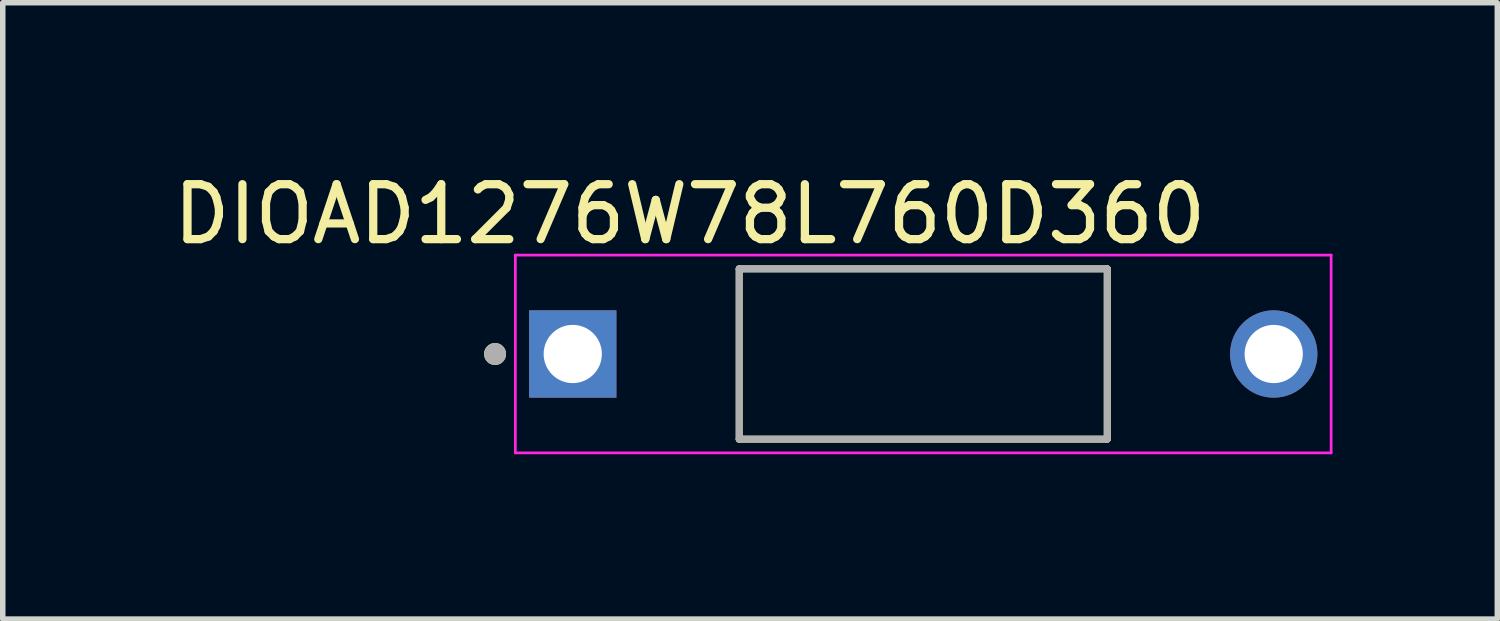
<source format=kicad_pcb>
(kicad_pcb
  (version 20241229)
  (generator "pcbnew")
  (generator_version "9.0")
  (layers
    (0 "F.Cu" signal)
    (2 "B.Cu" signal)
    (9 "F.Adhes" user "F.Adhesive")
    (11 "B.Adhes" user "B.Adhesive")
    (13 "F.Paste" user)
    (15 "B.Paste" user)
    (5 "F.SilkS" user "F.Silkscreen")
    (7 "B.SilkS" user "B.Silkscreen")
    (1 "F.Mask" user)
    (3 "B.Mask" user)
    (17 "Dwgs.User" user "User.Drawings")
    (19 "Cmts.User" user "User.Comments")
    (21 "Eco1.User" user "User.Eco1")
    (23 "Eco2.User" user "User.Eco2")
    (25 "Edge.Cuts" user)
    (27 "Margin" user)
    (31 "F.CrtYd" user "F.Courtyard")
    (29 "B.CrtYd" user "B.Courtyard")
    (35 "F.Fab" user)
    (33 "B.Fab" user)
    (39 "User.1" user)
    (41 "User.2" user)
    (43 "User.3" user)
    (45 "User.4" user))
  (footprint "DIOAD1276W78L760D360"
    (layer "F.Cu")
    (at 13.756 3.394)
    (property "Reference" "DIOAD1276W78L760D360" (at -4.25 -2.546 0) (layer "F.SilkS") (effects (font (size 1 1) (thickness 0.15))))
    (attr through_hole)
    (fp_line (start -3.35 -1.55) (end 3.35 -1.55) (stroke (width 0.127) (type solid)) (layer "F.SilkS"))
    (fp_line (start -3.35 1.55) (end -3.35 -1.55) (stroke (width 0.127) (type solid)) (layer "F.SilkS"))
    (fp_line (start 3.35 -1.55) (end 3.35 1.55) (stroke (width 0.127) (type solid)) (layer "F.SilkS"))
    (fp_line (start 3.35 1.55) (end -3.35 1.55) (stroke (width 0.127) (type solid)) (layer "F.SilkS"))
    (fp_circle (center -7.794 0) (end -7.694 0) (stroke (width 0.2) (type solid)) (fill no) (layer "F.SilkS"))
    (fp_line (start -7.425 -1.8) (end -7.425 1.8) (stroke (width 0.05) (type solid)) (layer "F.CrtYd"))
    (fp_line (start -7.425 1.8) (end 7.425 1.8) (stroke (width 0.05) (type solid)) (layer "F.CrtYd"))
    (fp_line (start 7.425 -1.8) (end -7.425 -1.8) (stroke (width 0.05) (type solid)) (layer "F.CrtYd"))
    (fp_line (start 7.425 1.8) (end 7.425 -1.8) (stroke (width 0.05) (type solid)) (layer "F.CrtYd"))
    (fp_line (start -3.35 -1.55) (end 3.35 -1.55) (stroke (width 0.127) (type solid)) (layer "F.Fab"))
    (fp_line (start -3.35 1.55) (end -3.35 -1.55) (stroke (width 0.127) (type solid)) (layer "F.Fab"))
    (fp_line (start 3.35 -1.55) (end 3.35 1.55) (stroke (width 0.127) (type solid)) (layer "F.Fab"))
    (fp_line (start 3.35 1.55) (end -3.35 1.55) (stroke (width 0.127) (type solid)) (layer "F.Fab"))
    (fp_circle (center -7.794 0) (end -7.694 0) (stroke (width 0.2) (type solid)) (fill no) (layer "F.Fab"))
    (pad "A" thru_hole circle (at 6.38 0) (size 1.59 1.59) (drill 1.06) (layers "*.Cu" "*.Mask"))
    (pad "C" thru_hole rect (at -6.38 0) (size 1.59 1.59) (drill 1.06) (layers "*.Cu" "*.Mask")))
  (gr_rect
    (start -3 -3)
    (end 24.206 8.219)
    (stroke (width 0.1) (type default))
    (fill no)
    (layer "Edge.Cuts")))
</source>
